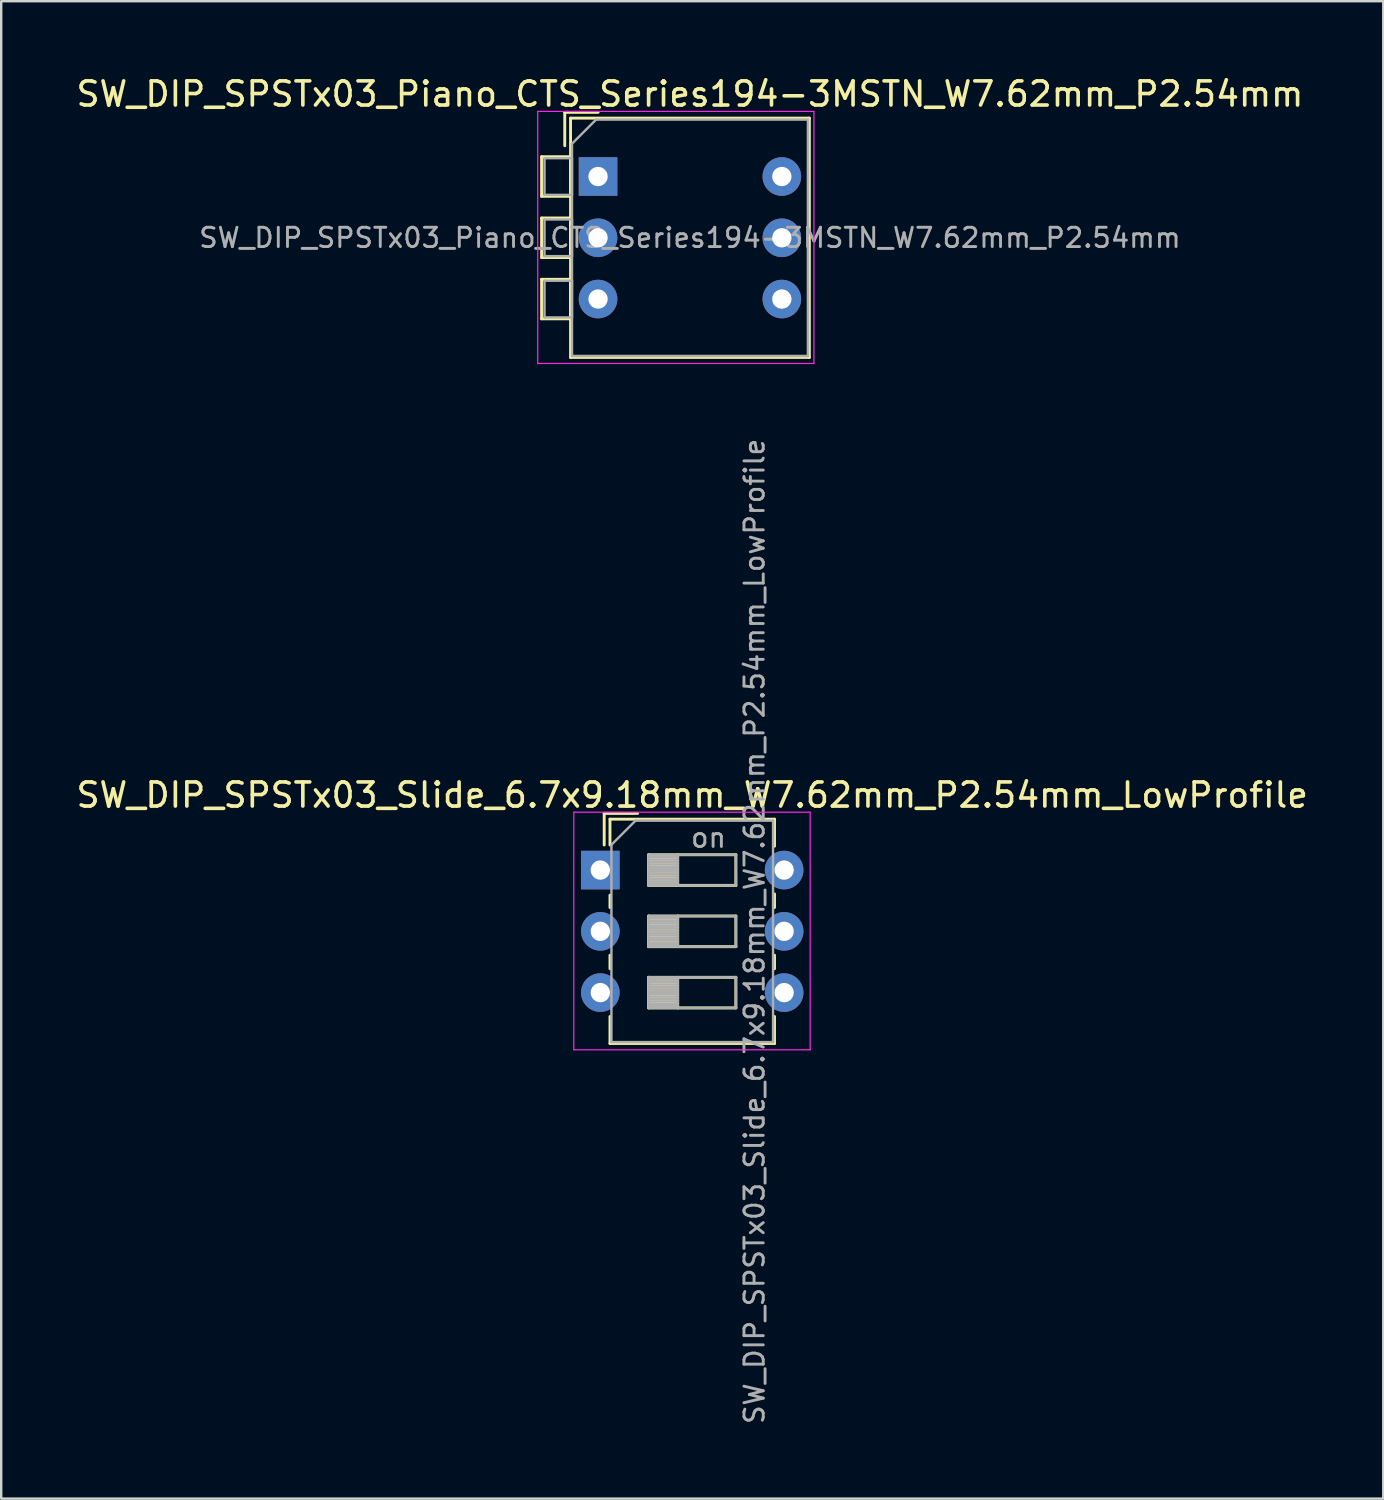
<source format=kicad_pcb>
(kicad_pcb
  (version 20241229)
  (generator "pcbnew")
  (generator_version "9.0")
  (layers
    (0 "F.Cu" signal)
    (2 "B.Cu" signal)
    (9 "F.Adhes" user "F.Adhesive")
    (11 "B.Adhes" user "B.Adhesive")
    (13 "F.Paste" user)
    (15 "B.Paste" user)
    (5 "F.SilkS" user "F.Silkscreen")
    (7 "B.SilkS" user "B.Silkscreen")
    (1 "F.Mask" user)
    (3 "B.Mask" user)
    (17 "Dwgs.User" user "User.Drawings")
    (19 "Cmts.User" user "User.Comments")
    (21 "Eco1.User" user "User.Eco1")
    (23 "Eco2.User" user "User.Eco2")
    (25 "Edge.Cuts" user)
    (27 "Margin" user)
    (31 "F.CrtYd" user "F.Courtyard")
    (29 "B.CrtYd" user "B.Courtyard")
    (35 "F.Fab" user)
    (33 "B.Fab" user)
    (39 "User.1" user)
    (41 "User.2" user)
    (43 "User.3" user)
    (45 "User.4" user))
  (footprint "SW_DIP_SPSTx03_Piano_CTS_Series194-3MSTN_W7.62mm_P2.54mm"
    (layer "F.Cu")
    (at 21.744 4.268)
    (property "Reference" "SW_DIP_SPSTx03_Piano_CTS_Series194-3MSTN_W7.62mm_P2.54mm" (at 3.81 -3.42 0) (layer "F.SilkS") (effects (font (size 1 1) (thickness 0.15))))
    (attr through_hole)
    (fp_line (start -2.34 -0.82) (end -2.34 0.82) (stroke (width 0.12) (type solid)) (layer "F.SilkS"))
    (fp_line (start -2.34 -0.82) (end -1.14 -0.82) (stroke (width 0.12) (type solid)) (layer "F.SilkS"))
    (fp_line (start -2.34 0.82) (end -1.14 0.82) (stroke (width 0.12) (type solid)) (layer "F.SilkS"))
    (fp_line (start -2.34 1.72) (end -2.34 3.361) (stroke (width 0.12) (type solid)) (layer "F.SilkS"))
    (fp_line (start -2.34 1.72) (end -1.14 1.72) (stroke (width 0.12) (type solid)) (layer "F.SilkS"))
    (fp_line (start -2.34 3.361) (end -1.14 3.361) (stroke (width 0.12) (type solid)) (layer "F.SilkS"))
    (fp_line (start -2.34 4.261) (end -2.34 5.9) (stroke (width 0.12) (type solid)) (layer "F.SilkS"))
    (fp_line (start -2.34 4.261) (end -1.14 4.261) (stroke (width 0.12) (type solid)) (layer "F.SilkS"))
    (fp_line (start -2.34 5.9) (end -1.14 5.9) (stroke (width 0.12) (type solid)) (layer "F.SilkS"))
    (fp_line (start -1.38 -2.66) (end -1.38 -1.277) (stroke (width 0.12) (type solid)) (layer "F.SilkS"))
    (fp_line (start -1.38 -2.66) (end 0.004 -2.66) (stroke (width 0.12) (type solid)) (layer "F.SilkS"))
    (fp_line (start -1.14 -2.42) (end -1.14 7.5) (stroke (width 0.12) (type solid)) (layer "F.SilkS"))
    (fp_line (start -1.14 -2.42) (end 8.76 -2.42) (stroke (width 0.12) (type solid)) (layer "F.SilkS"))
    (fp_line (start -1.14 -0.82) (end -1.14 0.82) (stroke (width 0.12) (type solid)) (layer "F.SilkS"))
    (fp_line (start -1.14 1.72) (end -1.14 3.361) (stroke (width 0.12) (type solid)) (layer "F.SilkS"))
    (fp_line (start -1.14 4.261) (end -1.14 5.9) (stroke (width 0.12) (type solid)) (layer "F.SilkS"))
    (fp_line (start -1.14 7.5) (end 8.76 7.5) (stroke (width 0.12) (type solid)) (layer "F.SilkS"))
    (fp_line (start 8.76 -2.42) (end 8.76 7.5) (stroke (width 0.12) (type solid)) (layer "F.SilkS"))
    (fp_line (start -2.5 -2.7) (end -2.5 7.75) (stroke (width 0.05) (type solid)) (layer "F.CrtYd"))
    (fp_line (start -2.5 7.75) (end 8.95 7.75) (stroke (width 0.05) (type solid)) (layer "F.CrtYd"))
    (fp_line (start 8.95 -2.7) (end -2.5 -2.7) (stroke (width 0.05) (type solid)) (layer "F.CrtYd"))
    (fp_line (start 8.95 7.75) (end 8.95 -2.7) (stroke (width 0.05) (type solid)) (layer "F.CrtYd"))
    (fp_line (start -2.22 -0.76) (end -1.08 -0.76) (stroke (width 0.1) (type solid)) (layer "F.Fab"))
    (fp_line (start -2.22 0.76) (end -2.22 -0.76) (stroke (width 0.1) (type solid)) (layer "F.Fab"))
    (fp_line (start -2.22 1.78) (end -1.08 1.78) (stroke (width 0.1) (type solid)) (layer "F.Fab"))
    (fp_line (start -2.22 3.3) (end -2.22 1.78) (stroke (width 0.1) (type solid)) (layer "F.Fab"))
    (fp_line (start -2.22 4.32) (end -1.08 4.32) (stroke (width 0.1) (type solid)) (layer "F.Fab"))
    (fp_line (start -2.22 5.84) (end -2.22 4.32) (stroke (width 0.1) (type solid)) (layer "F.Fab"))
    (fp_line (start -1.08 -1.36) (end -0.08 -2.36) (stroke (width 0.1) (type solid)) (layer "F.Fab"))
    (fp_line (start -1.08 -0.76) (end -1.08 0.76) (stroke (width 0.1) (type solid)) (layer "F.Fab"))
    (fp_line (start -1.08 0.76) (end -2.22 0.76) (stroke (width 0.1) (type solid)) (layer "F.Fab"))
    (fp_line (start -1.08 1.78) (end -1.08 3.3) (stroke (width 0.1) (type solid)) (layer "F.Fab"))
    (fp_line (start -1.08 3.3) (end -2.22 3.3) (stroke (width 0.1) (type solid)) (layer "F.Fab"))
    (fp_line (start -1.08 4.32) (end -1.08 5.84) (stroke (width 0.1) (type solid)) (layer "F.Fab"))
    (fp_line (start -1.08 5.84) (end -2.22 5.84) (stroke (width 0.1) (type solid)) (layer "F.Fab"))
    (fp_line (start -1.08 7.44) (end -1.08 -1.36) (stroke (width 0.1) (type solid)) (layer "F.Fab"))
    (fp_line (start -0.08 -2.36) (end 8.7 -2.36) (stroke (width 0.1) (type solid)) (layer "F.Fab"))
    (fp_line (start 8.7 -2.36) (end 8.7 7.44) (stroke (width 0.1) (type solid)) (layer "F.Fab"))
    (fp_line (start 8.7 7.44) (end -1.08 7.44) (stroke (width 0.1) (type solid)) (layer "F.Fab"))
    (fp_text user "${REFERENCE}" (at 3.81 2.54 0) (layer "F.Fab") (effects (font (size 0.8 0.8) (thickness 0.12))))
    (pad "1" thru_hole rect (at 0 0) (size 1.6 1.6) (drill 0.8) (layers "*.Cu" "*.Mask"))
    (pad "2" thru_hole oval (at 0 2.54) (size 1.6 1.6) (drill 0.8) (layers "*.Cu" "*.Mask"))
    (pad "3" thru_hole oval (at 0 5.08) (size 1.6 1.6) (drill 0.8) (layers "*.Cu" "*.Mask"))
    (pad "4" thru_hole oval (at 7.62 5.08) (size 1.6 1.6) (drill 0.8) (layers "*.Cu" "*.Mask"))
    (pad "5" thru_hole oval (at 7.62 2.54) (size 1.6 1.6) (drill 0.8) (layers "*.Cu" "*.Mask"))
    (pad "6" thru_hole oval (at 7.62 0) (size 1.6 1.6) (drill 0.8) (layers "*.Cu" "*.Mask")))
  (footprint "SW_DIP_SPSTx03_Slide_6.7x9.18mm_W7.62mm_P2.54mm_LowProfile"
    (layer "F.Cu")
    (at 21.839 33.022)
    (property "Reference" "SW_DIP_SPSTx03_Slide_6.7x9.18mm_W7.62mm_P2.54mm_LowProfile" (at 3.81 -3.11 0) (layer "F.SilkS") (effects (font (size 1 1) (thickness 0.15))))
    (attr through_hole)
    (fp_line (start 0.16 -2.35) (end 0.16 -1.04) (stroke (width 0.12) (type solid)) (layer "F.SilkS"))
    (fp_line (start 0.16 -2.35) (end 1.543 -2.35) (stroke (width 0.12) (type solid)) (layer "F.SilkS"))
    (fp_line (start 0.4 -2.11) (end 0.4 -1.04) (stroke (width 0.12) (type solid)) (layer "F.SilkS"))
    (fp_line (start 0.4 -2.11) (end 7.221 -2.11) (stroke (width 0.12) (type solid)) (layer "F.SilkS"))
    (fp_line (start 0.4 1.04) (end 0.4 1.551) (stroke (width 0.12) (type solid)) (layer "F.SilkS"))
    (fp_line (start 0.4 3.53) (end 0.4 4.091) (stroke (width 0.12) (type solid)) (layer "F.SilkS"))
    (fp_line (start 0.4 6.07) (end 0.4 7.19) (stroke (width 0.12) (type solid)) (layer "F.SilkS"))
    (fp_line (start 0.4 7.19) (end 7.221 7.19) (stroke (width 0.12) (type solid)) (layer "F.SilkS"))
    (fp_line (start 2 -0.635) (end 2 0.635) (stroke (width 0.12) (type solid)) (layer "F.SilkS"))
    (fp_line (start 2 -0.515) (end 3.207 -0.515) (stroke (width 0.12) (type solid)) (layer "F.SilkS"))
    (fp_line (start 2 -0.395) (end 3.207 -0.395) (stroke (width 0.12) (type solid)) (layer "F.SilkS"))
    (fp_line (start 2 -0.275) (end 3.207 -0.275) (stroke (width 0.12) (type solid)) (layer "F.SilkS"))
    (fp_line (start 2 -0.155) (end 3.207 -0.155) (stroke (width 0.12) (type solid)) (layer "F.SilkS"))
    (fp_line (start 2 -0.035) (end 3.207 -0.035) (stroke (width 0.12) (type solid)) (layer "F.SilkS"))
    (fp_line (start 2 0.085) (end 3.207 0.085) (stroke (width 0.12) (type solid)) (layer "F.SilkS"))
    (fp_line (start 2 0.205) (end 3.207 0.205) (stroke (width 0.12) (type solid)) (layer "F.SilkS"))
    (fp_line (start 2 0.325) (end 3.207 0.325) (stroke (width 0.12) (type solid)) (layer "F.SilkS"))
    (fp_line (start 2 0.445) (end 3.207 0.445) (stroke (width 0.12) (type solid)) (layer "F.SilkS"))
    (fp_line (start 2 0.565) (end 3.207 0.565) (stroke (width 0.12) (type solid)) (layer "F.SilkS"))
    (fp_line (start 2 0.635) (end 5.62 0.635) (stroke (width 0.12) (type solid)) (layer "F.SilkS"))
    (fp_line (start 2 1.905) (end 2 3.175) (stroke (width 0.12) (type solid)) (layer "F.SilkS"))
    (fp_line (start 2 2.025) (end 3.207 2.025) (stroke (width 0.12) (type solid)) (layer "F.SilkS"))
    (fp_line (start 2 2.145) (end 3.207 2.145) (stroke (width 0.12) (type solid)) (layer "F.SilkS"))
    (fp_line (start 2 2.265) (end 3.207 2.265) (stroke (width 0.12) (type solid)) (layer "F.SilkS"))
    (fp_line (start 2 2.385) (end 3.207 2.385) (stroke (width 0.12) (type solid)) (layer "F.SilkS"))
    (fp_line (start 2 2.505) (end 3.207 2.505) (stroke (width 0.12) (type solid)) (layer "F.SilkS"))
    (fp_line (start 2 2.625) (end 3.207 2.625) (stroke (width 0.12) (type solid)) (layer "F.SilkS"))
    (fp_line (start 2 2.745) (end 3.207 2.745) (stroke (width 0.12) (type solid)) (layer "F.SilkS"))
    (fp_line (start 2 2.865) (end 3.207 2.865) (stroke (width 0.12) (type solid)) (layer "F.SilkS"))
    (fp_line (start 2 2.985) (end 3.207 2.985) (stroke (width 0.12) (type solid)) (layer "F.SilkS"))
    (fp_line (start 2 3.105) (end 3.207 3.105) (stroke (width 0.12) (type solid)) (layer "F.SilkS"))
    (fp_line (start 2 3.175) (end 5.62 3.175) (stroke (width 0.12) (type solid)) (layer "F.SilkS"))
    (fp_line (start 2 4.445) (end 2 5.715) (stroke (width 0.12) (type solid)) (layer "F.SilkS"))
    (fp_line (start 2 4.565) (end 3.207 4.565) (stroke (width 0.12) (type solid)) (layer "F.SilkS"))
    (fp_line (start 2 4.685) (end 3.207 4.685) (stroke (width 0.12) (type solid)) (layer "F.SilkS"))
    (fp_line (start 2 4.805) (end 3.207 4.805) (stroke (width 0.12) (type solid)) (layer "F.SilkS"))
    (fp_line (start 2 4.925) (end 3.207 4.925) (stroke (width 0.12) (type solid)) (layer "F.SilkS"))
    (fp_line (start 2 5.045) (end 3.207 5.045) (stroke (width 0.12) (type solid)) (layer "F.SilkS"))
    (fp_line (start 2 5.165) (end 3.207 5.165) (stroke (width 0.12) (type solid)) (layer "F.SilkS"))
    (fp_line (start 2 5.285) (end 3.207 5.285) (stroke (width 0.12) (type solid)) (layer "F.SilkS"))
    (fp_line (start 2 5.405) (end 3.207 5.405) (stroke (width 0.12) (type solid)) (layer "F.SilkS"))
    (fp_line (start 2 5.525) (end 3.207 5.525) (stroke (width 0.12) (type solid)) (layer "F.SilkS"))
    (fp_line (start 2 5.645) (end 3.207 5.645) (stroke (width 0.12) (type solid)) (layer "F.SilkS"))
    (fp_line (start 2 5.715) (end 5.62 5.715) (stroke (width 0.12) (type solid)) (layer "F.SilkS"))
    (fp_line (start 3.207 -0.635) (end 3.207 0.635) (stroke (width 0.12) (type solid)) (layer "F.SilkS"))
    (fp_line (start 3.207 1.905) (end 3.207 3.175) (stroke (width 0.12) (type solid)) (layer "F.SilkS"))
    (fp_line (start 3.207 4.445) (end 3.207 5.715) (stroke (width 0.12) (type solid)) (layer "F.SilkS"))
    (fp_line (start 5.62 -0.635) (end 2 -0.635) (stroke (width 0.12) (type solid)) (layer "F.SilkS"))
    (fp_line (start 5.62 0.635) (end 5.62 -0.635) (stroke (width 0.12) (type solid)) (layer "F.SilkS"))
    (fp_line (start 5.62 1.905) (end 2 1.905) (stroke (width 0.12) (type solid)) (layer "F.SilkS"))
    (fp_line (start 5.62 3.175) (end 5.62 1.905) (stroke (width 0.12) (type solid)) (layer "F.SilkS"))
    (fp_line (start 5.62 4.445) (end 2 4.445) (stroke (width 0.12) (type solid)) (layer "F.SilkS"))
    (fp_line (start 5.62 5.715) (end 5.62 4.445) (stroke (width 0.12) (type solid)) (layer "F.SilkS"))
    (fp_line (start 7.221 -2.11) (end 7.221 -0.99) (stroke (width 0.12) (type solid)) (layer "F.SilkS"))
    (fp_line (start 7.221 0.99) (end 7.221 1.551) (stroke (width 0.12) (type solid)) (layer "F.SilkS"))
    (fp_line (start 7.221 3.53) (end 7.221 4.091) (stroke (width 0.12) (type solid)) (layer "F.SilkS"))
    (fp_line (start 7.221 6.07) (end 7.221 7.19) (stroke (width 0.12) (type solid)) (layer "F.SilkS"))
    (fp_line (start -1.1 -2.4) (end -1.1 7.45) (stroke (width 0.05) (type solid)) (layer "F.CrtYd"))
    (fp_line (start -1.1 7.45) (end 8.7 7.45) (stroke (width 0.05) (type solid)) (layer "F.CrtYd"))
    (fp_line (start 8.7 -2.4) (end -1.1 -2.4) (stroke (width 0.05) (type solid)) (layer "F.CrtYd"))
    (fp_line (start 8.7 7.45) (end 8.7 -2.4) (stroke (width 0.05) (type solid)) (layer "F.CrtYd"))
    (fp_line (start 0.46 -1.05) (end 1.46 -2.05) (stroke (width 0.1) (type solid)) (layer "F.Fab"))
    (fp_line (start 0.46 7.13) (end 0.46 -1.05) (stroke (width 0.1) (type solid)) (layer "F.Fab"))
    (fp_line (start 1.46 -2.05) (end 7.16 -2.05) (stroke (width 0.1) (type solid)) (layer "F.Fab"))
    (fp_line (start 2 -0.635) (end 2 0.635) (stroke (width 0.1) (type solid)) (layer "F.Fab"))
    (fp_line (start 2 -0.535) (end 3.207 -0.535) (stroke (width 0.1) (type solid)) (layer "F.Fab"))
    (fp_line (start 2 -0.435) (end 3.207 -0.435) (stroke (width 0.1) (type solid)) (layer "F.Fab"))
    (fp_line (start 2 -0.335) (end 3.207 -0.335) (stroke (width 0.1) (type solid)) (layer "F.Fab"))
    (fp_line (start 2 -0.235) (end 3.207 -0.235) (stroke (width 0.1) (type solid)) (layer "F.Fab"))
    (fp_line (start 2 -0.135) (end 3.207 -0.135) (stroke (width 0.1) (type solid)) (layer "F.Fab"))
    (fp_line (start 2 -0.035) (end 3.207 -0.035) (stroke (width 0.1) (type solid)) (layer "F.Fab"))
    (fp_line (start 2 0.065) (end 3.207 0.065) (stroke (width 0.1) (type solid)) (layer "F.Fab"))
    (fp_line (start 2 0.165) (end 3.207 0.165) (stroke (width 0.1) (type solid)) (layer "F.Fab"))
    (fp_line (start 2 0.265) (end 3.207 0.265) (stroke (width 0.1) (type solid)) (layer "F.Fab"))
    (fp_line (start 2 0.365) (end 3.207 0.365) (stroke (width 0.1) (type solid)) (layer "F.Fab"))
    (fp_line (start 2 0.465) (end 3.207 0.465) (stroke (width 0.1) (type solid)) (layer "F.Fab"))
    (fp_line (start 2 0.565) (end 3.207 0.565) (stroke (width 0.1) (type solid)) (layer "F.Fab"))
    (fp_line (start 2 0.635) (end 5.62 0.635) (stroke (width 0.1) (type solid)) (layer "F.Fab"))
    (fp_line (start 2 1.905) (end 2 3.175) (stroke (width 0.1) (type solid)) (layer "F.Fab"))
    (fp_line (start 2 2.005) (end 3.207 2.005) (stroke (width 0.1) (type solid)) (layer "F.Fab"))
    (fp_line (start 2 2.105) (end 3.207 2.105) (stroke (width 0.1) (type solid)) (layer "F.Fab"))
    (fp_line (start 2 2.205) (end 3.207 2.205) (stroke (width 0.1) (type solid)) (layer "F.Fab"))
    (fp_line (start 2 2.305) (end 3.207 2.305) (stroke (width 0.1) (type solid)) (layer "F.Fab"))
    (fp_line (start 2 2.405) (end 3.207 2.405) (stroke (width 0.1) (type solid)) (layer "F.Fab"))
    (fp_line (start 2 2.505) (end 3.207 2.505) (stroke (width 0.1) (type solid)) (layer "F.Fab"))
    (fp_line (start 2 2.605) (end 3.207 2.605) (stroke (width 0.1) (type solid)) (layer "F.Fab"))
    (fp_line (start 2 2.705) (end 3.207 2.705) (stroke (width 0.1) (type solid)) (layer "F.Fab"))
    (fp_line (start 2 2.805) (end 3.207 2.805) (stroke (width 0.1) (type solid)) (layer "F.Fab"))
    (fp_line (start 2 2.905) (end 3.207 2.905) (stroke (width 0.1) (type solid)) (layer "F.Fab"))
    (fp_line (start 2 3.005) (end 3.207 3.005) (stroke (width 0.1) (type solid)) (layer "F.Fab"))
    (fp_line (start 2 3.105) (end 3.207 3.105) (stroke (width 0.1) (type solid)) (layer "F.Fab"))
    (fp_line (start 2 3.175) (end 5.62 3.175) (stroke (width 0.1) (type solid)) (layer "F.Fab"))
    (fp_line (start 2 4.445) (end 2 5.715) (stroke (width 0.1) (type solid)) (layer "F.Fab"))
    (fp_line (start 2 4.545) (end 3.207 4.545) (stroke (width 0.1) (type solid)) (layer "F.Fab"))
    (fp_line (start 2 4.645) (end 3.207 4.645) (stroke (width 0.1) (type solid)) (layer "F.Fab"))
    (fp_line (start 2 4.745) (end 3.207 4.745) (stroke (width 0.1) (type solid)) (layer "F.Fab"))
    (fp_line (start 2 4.845) (end 3.207 4.845) (stroke (width 0.1) (type solid)) (layer "F.Fab"))
    (fp_line (start 2 4.945) (end 3.207 4.945) (stroke (width 0.1) (type solid)) (layer "F.Fab"))
    (fp_line (start 2 5.045) (end 3.207 5.045) (stroke (width 0.1) (type solid)) (layer "F.Fab"))
    (fp_line (start 2 5.145) (end 3.207 5.145) (stroke (width 0.1) (type solid)) (layer "F.Fab"))
    (fp_line (start 2 5.245) (end 3.207 5.245) (stroke (width 0.1) (type solid)) (layer "F.Fab"))
    (fp_line (start 2 5.345) (end 3.207 5.345) (stroke (width 0.1) (type solid)) (layer "F.Fab"))
    (fp_line (start 2 5.445) (end 3.207 5.445) (stroke (width 0.1) (type solid)) (layer "F.Fab"))
    (fp_line (start 2 5.545) (end 3.207 5.545) (stroke (width 0.1) (type solid)) (layer "F.Fab"))
    (fp_line (start 2 5.645) (end 3.207 5.645) (stroke (width 0.1) (type solid)) (layer "F.Fab"))
    (fp_line (start 2 5.715) (end 5.62 5.715) (stroke (width 0.1) (type solid)) (layer "F.Fab"))
    (fp_line (start 3.207 -0.635) (end 3.207 0.635) (stroke (width 0.1) (type solid)) (layer "F.Fab"))
    (fp_line (start 3.207 1.905) (end 3.207 3.175) (stroke (width 0.1) (type solid)) (layer "F.Fab"))
    (fp_line (start 3.207 4.445) (end 3.207 5.715) (stroke (width 0.1) (type solid)) (layer "F.Fab"))
    (fp_line (start 5.62 -0.635) (end 2 -0.635) (stroke (width 0.1) (type solid)) (layer "F.Fab"))
    (fp_line (start 5.62 0.635) (end 5.62 -0.635) (stroke (width 0.1) (type solid)) (layer "F.Fab"))
    (fp_line (start 5.62 1.905) (end 2 1.905) (stroke (width 0.1) (type solid)) (layer "F.Fab"))
    (fp_line (start 5.62 3.175) (end 5.62 1.905) (stroke (width 0.1) (type solid)) (layer "F.Fab"))
    (fp_line (start 5.62 4.445) (end 2 4.445) (stroke (width 0.1) (type solid)) (layer "F.Fab"))
    (fp_line (start 5.62 5.715) (end 5.62 4.445) (stroke (width 0.1) (type solid)) (layer "F.Fab"))
    (fp_line (start 7.16 -2.05) (end 7.16 7.13) (stroke (width 0.1) (type solid)) (layer "F.Fab"))
    (fp_line (start 7.16 7.13) (end 0.46 7.13) (stroke (width 0.1) (type solid)) (layer "F.Fab"))
    (fp_text user "on" (at 4.485 -1.343 0) (layer "F.Fab") (effects (font (size 0.8 0.8) (thickness 0.12))))
    (fp_text user "${REFERENCE}" (at 6.39 2.54 90) (layer "F.Fab") (effects (font (size 0.8 0.8) (thickness 0.12))))
    (pad "1" thru_hole rect (at 0 0) (size 1.6 1.6) (drill 0.8) (layers "*.Cu" "*.Mask"))
    (pad "2" thru_hole oval (at 0 2.54) (size 1.6 1.6) (drill 0.8) (layers "*.Cu" "*.Mask"))
    (pad "3" thru_hole oval (at 0 5.08) (size 1.6 1.6) (drill 0.8) (layers "*.Cu" "*.Mask"))
    (pad "4" thru_hole oval (at 7.62 5.08) (size 1.6 1.6) (drill 0.8) (layers "*.Cu" "*.Mask"))
    (pad "5" thru_hole oval (at 7.62 2.54) (size 1.6 1.6) (drill 0.8) (layers "*.Cu" "*.Mask"))
    (pad "6" thru_hole oval (at 7.62 0) (size 1.6 1.6) (drill 0.8) (layers "*.Cu" "*.Mask")))
  (gr_rect
    (start -3 -3)
    (end 54.298 59.081)
    (stroke (width 0.1) (type default))
    (fill no)
    (layer "Edge.Cuts")))
</source>
